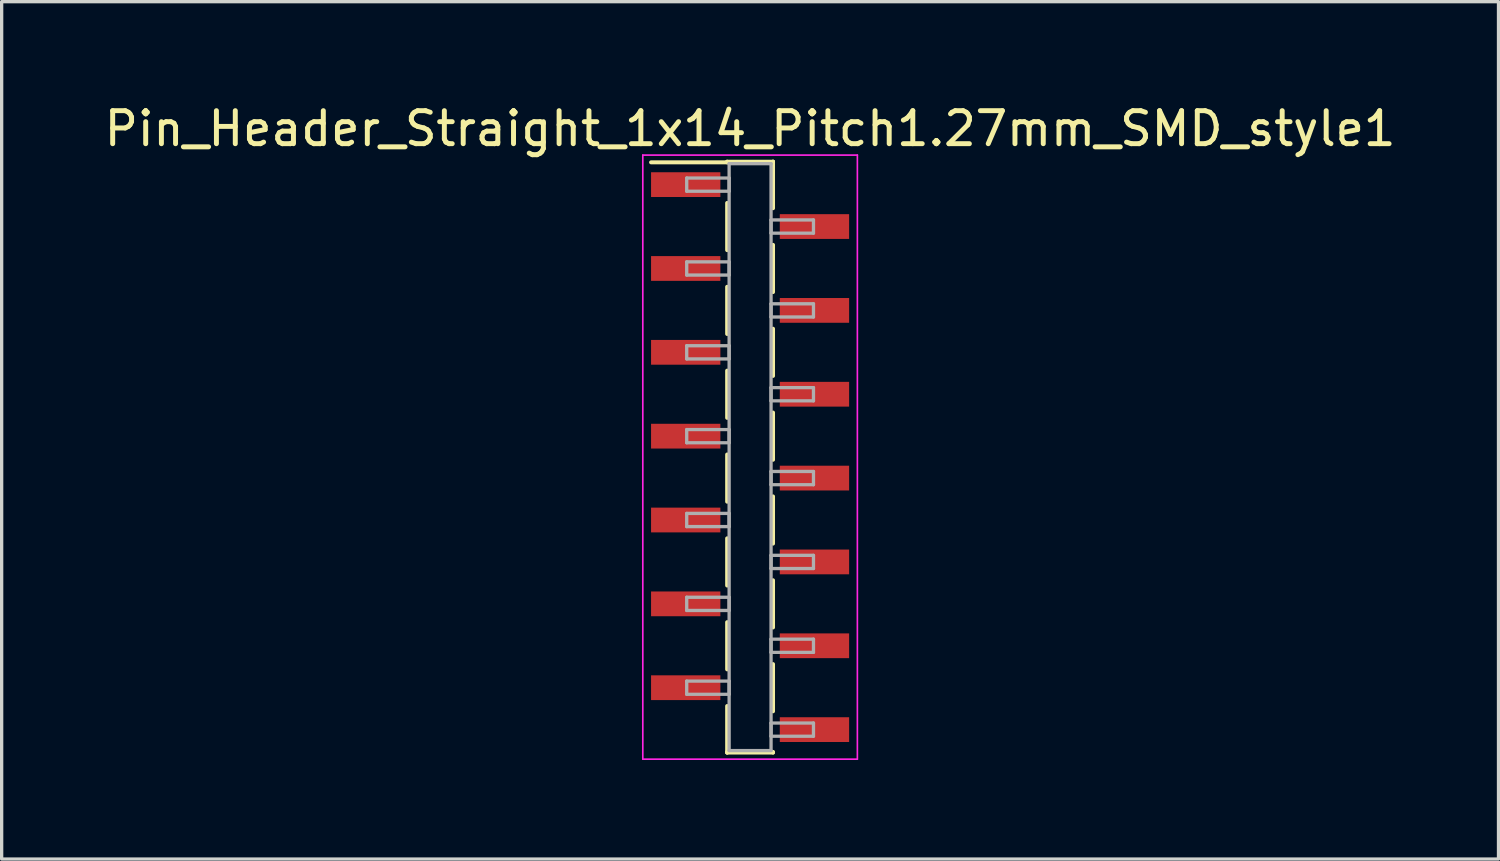
<source format=kicad_pcb>
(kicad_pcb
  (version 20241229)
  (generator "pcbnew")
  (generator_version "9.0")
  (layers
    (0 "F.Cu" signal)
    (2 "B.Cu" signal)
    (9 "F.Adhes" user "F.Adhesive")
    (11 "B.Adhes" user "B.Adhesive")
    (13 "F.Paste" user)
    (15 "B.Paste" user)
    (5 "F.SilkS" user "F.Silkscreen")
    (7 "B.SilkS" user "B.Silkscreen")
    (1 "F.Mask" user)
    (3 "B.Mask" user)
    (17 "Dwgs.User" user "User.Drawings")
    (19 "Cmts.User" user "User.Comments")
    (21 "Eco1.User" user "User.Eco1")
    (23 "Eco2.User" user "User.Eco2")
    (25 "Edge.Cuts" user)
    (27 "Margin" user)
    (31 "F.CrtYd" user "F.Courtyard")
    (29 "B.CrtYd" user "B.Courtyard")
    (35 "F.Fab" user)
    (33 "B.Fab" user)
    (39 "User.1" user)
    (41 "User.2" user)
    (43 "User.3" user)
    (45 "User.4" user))
  (footprint "Pin_Header_Straight_1x14_Pitch1.27mm_SMD_style1"
    (layer "F.Cu")
    (at 19.673 10.798)
    (property "Reference" "Pin_Header_Straight_1x14_Pitch1.27mm_SMD_style1" (at 0 -9.95 0) (layer "F.SilkS") (effects (font (size 1 1) (thickness 0.15))))
    (attr smd)
    (fp_line (start -0.695 -8.95) (end 0.695 -8.95) (stroke (width 0.12) (type solid)) (layer "F.SilkS"))
    (fp_line (start -0.695 -8.93) (end -3 -8.93) (stroke (width 0.12) (type solid)) (layer "F.SilkS"))
    (fp_line (start -0.695 -8.93) (end -0.695 -8.95) (stroke (width 0.12) (type solid)) (layer "F.SilkS"))
    (fp_line (start -0.695 -7.7) (end -0.695 -6.27) (stroke (width 0.12) (type solid)) (layer "F.SilkS"))
    (fp_line (start -0.695 -5.16) (end -0.695 -3.73) (stroke (width 0.12) (type solid)) (layer "F.SilkS"))
    (fp_line (start -0.695 -2.62) (end -0.695 -1.19) (stroke (width 0.12) (type solid)) (layer "F.SilkS"))
    (fp_line (start -0.695 -0.08) (end -0.695 1.35) (stroke (width 0.12) (type solid)) (layer "F.SilkS"))
    (fp_line (start -0.695 2.46) (end -0.695 3.89) (stroke (width 0.12) (type solid)) (layer "F.SilkS"))
    (fp_line (start -0.695 5) (end -0.695 6.43) (stroke (width 0.12) (type solid)) (layer "F.SilkS"))
    (fp_line (start -0.695 7.54) (end -0.695 8.95) (stroke (width 0.12) (type solid)) (layer "F.SilkS"))
    (fp_line (start -0.695 8.93) (end -0.695 8.95) (stroke (width 0.12) (type solid)) (layer "F.SilkS"))
    (fp_line (start -0.695 8.95) (end 0.695 8.95) (stroke (width 0.12) (type solid)) (layer "F.SilkS"))
    (fp_line (start 0.695 -8.95) (end 0.695 -8.93) (stroke (width 0.12) (type solid)) (layer "F.SilkS"))
    (fp_line (start 0.695 -8.95) (end 0.695 -7.54) (stroke (width 0.12) (type solid)) (layer "F.SilkS"))
    (fp_line (start 0.695 -6.43) (end 0.695 -5) (stroke (width 0.12) (type solid)) (layer "F.SilkS"))
    (fp_line (start 0.695 -3.89) (end 0.695 -2.46) (stroke (width 0.12) (type solid)) (layer "F.SilkS"))
    (fp_line (start 0.695 -1.35) (end 0.695 0.08) (stroke (width 0.12) (type solid)) (layer "F.SilkS"))
    (fp_line (start 0.695 1.19) (end 0.695 2.62) (stroke (width 0.12) (type solid)) (layer "F.SilkS"))
    (fp_line (start 0.695 3.73) (end 0.695 5.16) (stroke (width 0.12) (type solid)) (layer "F.SilkS"))
    (fp_line (start 0.695 6.27) (end 0.695 7.7) (stroke (width 0.12) (type solid)) (layer "F.SilkS"))
    (fp_line (start 0.695 8.95) (end 0.695 8.93) (stroke (width 0.12) (type solid)) (layer "F.SilkS"))
    (fp_line (start -3.25 -9.15) (end -3.25 9.15) (stroke (width 0.05) (type solid)) (layer "F.CrtYd"))
    (fp_line (start -3.25 9.15) (end 3.25 9.15) (stroke (width 0.05) (type solid)) (layer "F.CrtYd"))
    (fp_line (start 3.25 -9.15) (end -3.25 -9.15) (stroke (width 0.05) (type solid)) (layer "F.CrtYd"))
    (fp_line (start 3.25 9.15) (end 3.25 -9.15) (stroke (width 0.05) (type solid)) (layer "F.CrtYd"))
    (fp_line (start -1.92 -8.455) (end -0.635 -8.455) (stroke (width 0.1) (type solid)) (layer "F.Fab"))
    (fp_line (start -1.92 -8.055) (end -1.92 -8.455) (stroke (width 0.1) (type solid)) (layer "F.Fab"))
    (fp_line (start -1.92 -5.915) (end -0.635 -5.915) (stroke (width 0.1) (type solid)) (layer "F.Fab"))
    (fp_line (start -1.92 -5.515) (end -1.92 -5.915) (stroke (width 0.1) (type solid)) (layer "F.Fab"))
    (fp_line (start -1.92 -3.375) (end -0.635 -3.375) (stroke (width 0.1) (type solid)) (layer "F.Fab"))
    (fp_line (start -1.92 -2.975) (end -1.92 -3.375) (stroke (width 0.1) (type solid)) (layer "F.Fab"))
    (fp_line (start -1.92 -0.835) (end -0.635 -0.835) (stroke (width 0.1) (type solid)) (layer "F.Fab"))
    (fp_line (start -1.92 -0.435) (end -1.92 -0.835) (stroke (width 0.1) (type solid)) (layer "F.Fab"))
    (fp_line (start -1.92 1.705) (end -0.635 1.705) (stroke (width 0.1) (type solid)) (layer "F.Fab"))
    (fp_line (start -1.92 2.105) (end -1.92 1.705) (stroke (width 0.1) (type solid)) (layer "F.Fab"))
    (fp_line (start -1.92 4.245) (end -0.635 4.245) (stroke (width 0.1) (type solid)) (layer "F.Fab"))
    (fp_line (start -1.92 4.645) (end -1.92 4.245) (stroke (width 0.1) (type solid)) (layer "F.Fab"))
    (fp_line (start -1.92 6.785) (end -0.635 6.785) (stroke (width 0.1) (type solid)) (layer "F.Fab"))
    (fp_line (start -1.92 7.185) (end -1.92 6.785) (stroke (width 0.1) (type solid)) (layer "F.Fab"))
    (fp_line (start -0.635 -8.89) (end -0.635 8.89) (stroke (width 0.1) (type solid)) (layer "F.Fab"))
    (fp_line (start -0.635 -8.455) (end -0.635 -8.055) (stroke (width 0.1) (type solid)) (layer "F.Fab"))
    (fp_line (start -0.635 -8.055) (end -1.92 -8.055) (stroke (width 0.1) (type solid)) (layer "F.Fab"))
    (fp_line (start -0.635 -5.915) (end -0.635 -5.515) (stroke (width 0.1) (type solid)) (layer "F.Fab"))
    (fp_line (start -0.635 -5.515) (end -1.92 -5.515) (stroke (width 0.1) (type solid)) (layer "F.Fab"))
    (fp_line (start -0.635 -3.375) (end -0.635 -2.975) (stroke (width 0.1) (type solid)) (layer "F.Fab"))
    (fp_line (start -0.635 -2.975) (end -1.92 -2.975) (stroke (width 0.1) (type solid)) (layer "F.Fab"))
    (fp_line (start -0.635 -0.835) (end -0.635 -0.435) (stroke (width 0.1) (type solid)) (layer "F.Fab"))
    (fp_line (start -0.635 -0.435) (end -1.92 -0.435) (stroke (width 0.1) (type solid)) (layer "F.Fab"))
    (fp_line (start -0.635 1.705) (end -0.635 2.105) (stroke (width 0.1) (type solid)) (layer "F.Fab"))
    (fp_line (start -0.635 2.105) (end -1.92 2.105) (stroke (width 0.1) (type solid)) (layer "F.Fab"))
    (fp_line (start -0.635 4.245) (end -0.635 4.645) (stroke (width 0.1) (type solid)) (layer "F.Fab"))
    (fp_line (start -0.635 4.645) (end -1.92 4.645) (stroke (width 0.1) (type solid)) (layer "F.Fab"))
    (fp_line (start -0.635 6.785) (end -0.635 7.185) (stroke (width 0.1) (type solid)) (layer "F.Fab"))
    (fp_line (start -0.635 7.185) (end -1.92 7.185) (stroke (width 0.1) (type solid)) (layer "F.Fab"))
    (fp_line (start -0.635 8.89) (end 0.635 8.89) (stroke (width 0.1) (type solid)) (layer "F.Fab"))
    (fp_line (start 0.635 -8.89) (end -0.635 -8.89) (stroke (width 0.1) (type solid)) (layer "F.Fab"))
    (fp_line (start 0.635 -7.185) (end 0.635 -6.785) (stroke (width 0.1) (type solid)) (layer "F.Fab"))
    (fp_line (start 0.635 -6.785) (end 1.92 -6.785) (stroke (width 0.1) (type solid)) (layer "F.Fab"))
    (fp_line (start 0.635 -4.645) (end 0.635 -4.245) (stroke (width 0.1) (type solid)) (layer "F.Fab"))
    (fp_line (start 0.635 -4.245) (end 1.92 -4.245) (stroke (width 0.1) (type solid)) (layer "F.Fab"))
    (fp_line (start 0.635 -2.105) (end 0.635 -1.705) (stroke (width 0.1) (type solid)) (layer "F.Fab"))
    (fp_line (start 0.635 -1.705) (end 1.92 -1.705) (stroke (width 0.1) (type solid)) (layer "F.Fab"))
    (fp_line (start 0.635 0.435) (end 0.635 0.835) (stroke (width 0.1) (type solid)) (layer "F.Fab"))
    (fp_line (start 0.635 0.835) (end 1.92 0.835) (stroke (width 0.1) (type solid)) (layer "F.Fab"))
    (fp_line (start 0.635 2.975) (end 0.635 3.375) (stroke (width 0.1) (type solid)) (layer "F.Fab"))
    (fp_line (start 0.635 3.375) (end 1.92 3.375) (stroke (width 0.1) (type solid)) (layer "F.Fab"))
    (fp_line (start 0.635 5.515) (end 0.635 5.915) (stroke (width 0.1) (type solid)) (layer "F.Fab"))
    (fp_line (start 0.635 5.915) (end 1.92 5.915) (stroke (width 0.1) (type solid)) (layer "F.Fab"))
    (fp_line (start 0.635 8.055) (end 0.635 8.455) (stroke (width 0.1) (type solid)) (layer "F.Fab"))
    (fp_line (start 0.635 8.455) (end 1.92 8.455) (stroke (width 0.1) (type solid)) (layer "F.Fab"))
    (fp_line (start 0.635 8.89) (end 0.635 -8.89) (stroke (width 0.1) (type solid)) (layer "F.Fab"))
    (fp_line (start 1.92 -7.185) (end 0.635 -7.185) (stroke (width 0.1) (type solid)) (layer "F.Fab"))
    (fp_line (start 1.92 -6.785) (end 1.92 -7.185) (stroke (width 0.1) (type solid)) (layer "F.Fab"))
    (fp_line (start 1.92 -4.645) (end 0.635 -4.645) (stroke (width 0.1) (type solid)) (layer "F.Fab"))
    (fp_line (start 1.92 -4.245) (end 1.92 -4.645) (stroke (width 0.1) (type solid)) (layer "F.Fab"))
    (fp_line (start 1.92 -2.105) (end 0.635 -2.105) (stroke (width 0.1) (type solid)) (layer "F.Fab"))
    (fp_line (start 1.92 -1.705) (end 1.92 -2.105) (stroke (width 0.1) (type solid)) (layer "F.Fab"))
    (fp_line (start 1.92 0.435) (end 0.635 0.435) (stroke (width 0.1) (type solid)) (layer "F.Fab"))
    (fp_line (start 1.92 0.835) (end 1.92 0.435) (stroke (width 0.1) (type solid)) (layer "F.Fab"))
    (fp_line (start 1.92 2.975) (end 0.635 2.975) (stroke (width 0.1) (type solid)) (layer "F.Fab"))
    (fp_line (start 1.92 3.375) (end 1.92 2.975) (stroke (width 0.1) (type solid)) (layer "F.Fab"))
    (fp_line (start 1.92 5.515) (end 0.635 5.515) (stroke (width 0.1) (type solid)) (layer "F.Fab"))
    (fp_line (start 1.92 5.915) (end 1.92 5.515) (stroke (width 0.1) (type solid)) (layer "F.Fab"))
    (fp_line (start 1.92 8.055) (end 0.635 8.055) (stroke (width 0.1) (type solid)) (layer "F.Fab"))
    (fp_line (start 1.92 8.455) (end 1.92 8.055) (stroke (width 0.1) (type solid)) (layer "F.Fab"))
    (pad "1" smd rect (at -1.95 -8.255) (size 2.1 0.75) (layers "F.Cu" "F.Mask"))
    (pad "2" smd rect (at 1.95 -6.985) (size 2.1 0.75) (layers "F.Cu" "F.Mask"))
    (pad "3" smd rect (at -1.95 -5.715) (size 2.1 0.75) (layers "F.Cu" "F.Mask"))
    (pad "4" smd rect (at 1.95 -4.445) (size 2.1 0.75) (layers "F.Cu" "F.Mask"))
    (pad "5" smd rect (at -1.95 -3.175) (size 2.1 0.75) (layers "F.Cu" "F.Mask"))
    (pad "6" smd rect (at 1.95 -1.905) (size 2.1 0.75) (layers "F.Cu" "F.Mask"))
    (pad "7" smd rect (at -1.95 -0.635) (size 2.1 0.75) (layers "F.Cu" "F.Mask"))
    (pad "8" smd rect (at 1.95 0.635) (size 2.1 0.75) (layers "F.Cu" "F.Mask"))
    (pad "9" smd rect (at -1.95 1.905) (size 2.1 0.75) (layers "F.Cu" "F.Mask"))
    (pad "10" smd rect (at 1.95 3.175) (size 2.1 0.75) (layers "F.Cu" "F.Mask"))
    (pad "11" smd rect (at -1.95 4.445) (size 2.1 0.75) (layers "F.Cu" "F.Mask"))
    (pad "12" smd rect (at 1.95 5.715) (size 2.1 0.75) (layers "F.Cu" "F.Mask"))
    (pad "13" smd rect (at -1.95 6.985) (size 2.1 0.75) (layers "F.Cu" "F.Mask"))
    (pad "14" smd rect (at 1.95 8.255) (size 2.1 0.75) (layers "F.Cu" "F.Mask")))
  (gr_rect
    (start -3 -3)
    (end 42.345 22.973)
    (stroke (width 0.1) (type default))
    (fill no)
    (layer "Edge.Cuts")))
</source>
